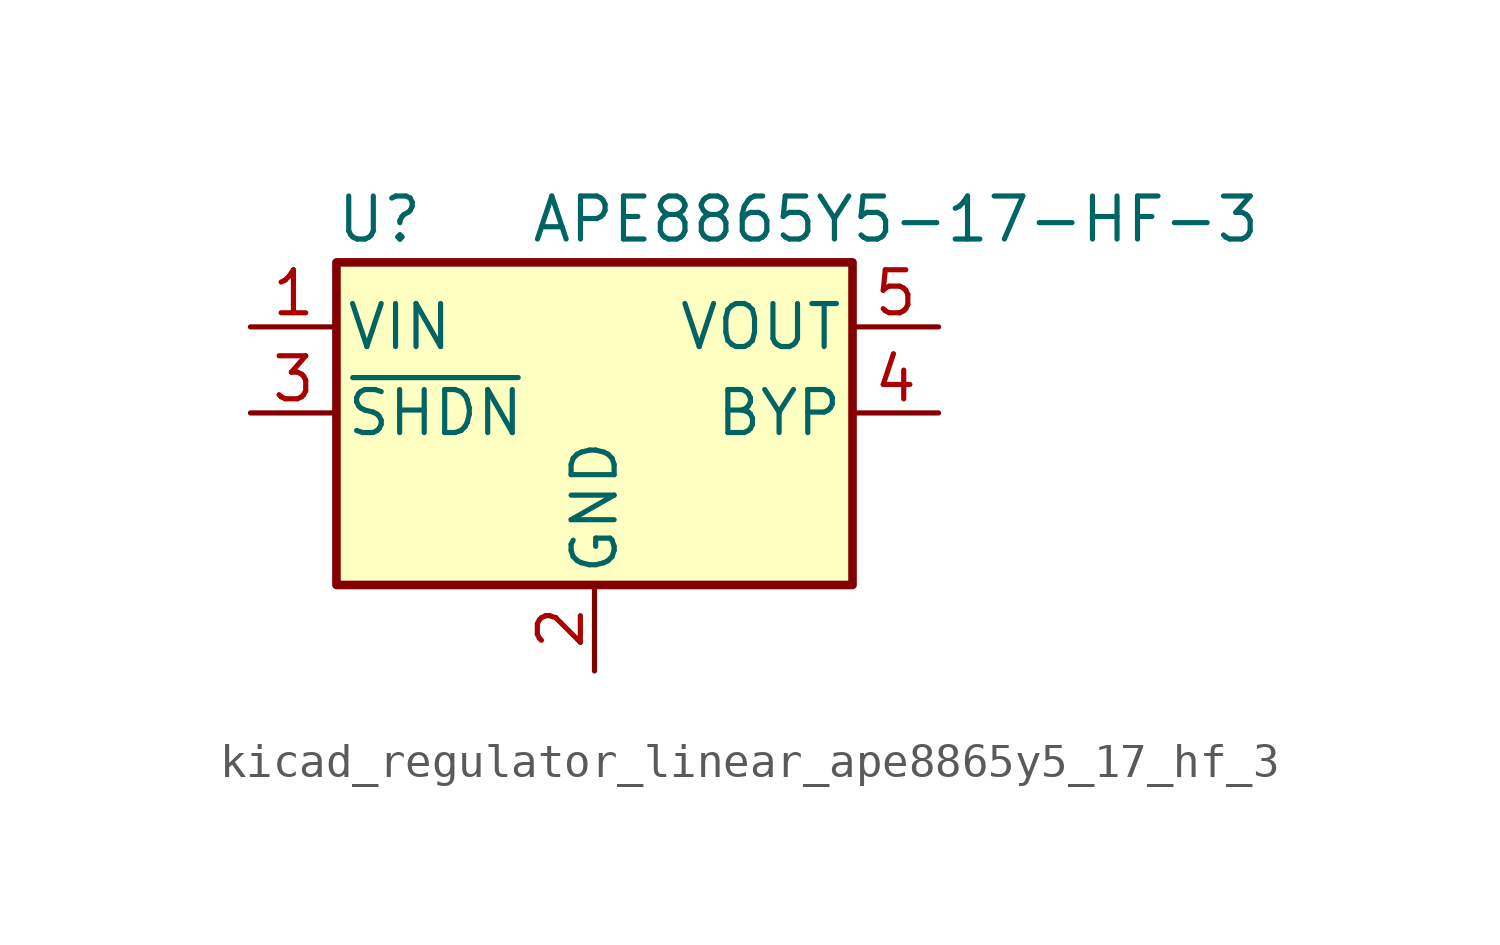
<source format=kicad_sym>
(kicad_symbol_lib
  (version 20220914)
  (generator kicad_symbol_editor)
  (symbol "kicad_regulator_linear_ape8865y5_17_hf_3"
    (pin_names
      (offset 0.254))
    (property "Reference" "U"
      (at -6.35 5.715 0)
      (effects (font (size 1.27 1.27))))
    (property "Value" "APE8865Y5-17-HF-3"
      (at -1.905 5.715 0)
      (effects (font (size 1.27 1.27)) (justify left)))
    (symbol "kicad_regulator_linear_ape8865y5_17_hf_3_0_1"
      (rectangle (start -7.62 4.445) (end 7.62 -5.08) (stroke (width 0.254) (type default)) (fill (type background))))
    (symbol "kicad_regulator_linear_ape8865y5_17_hf_3_1_1"
      (pin power_in line (at -10.16 2.54 0) (length 2.54) (name "VIN" (effects (font (size 1.27 1.27)))) (number "1" (effects (font (size 1.27 1.27)))))
      (pin power_in line (at 0 -7.62 90) (length 2.54) (name "GND" (effects (font (size 1.27 1.27)))) (number "2" (effects (font (size 1.27 1.27)))))
      (pin input line (at -10.16 0 0) (length 2.54) (name "~{SHDN}" (effects (font (size 1.27 1.27)))) (number "3" (effects (font (size 1.27 1.27)))))
      (pin input line (at 10.16 0 180) (length 2.54) (name "BYP" (effects (font (size 1.27 1.27)))) (number "4" (effects (font (size 1.27 1.27)))))
      (pin power_out line (at 10.16 2.54 180) (length 2.54) (name "VOUT" (effects (font (size 1.27 1.27)))) (number "5" (effects (font (size 1.27 1.27))))))))
</source>
